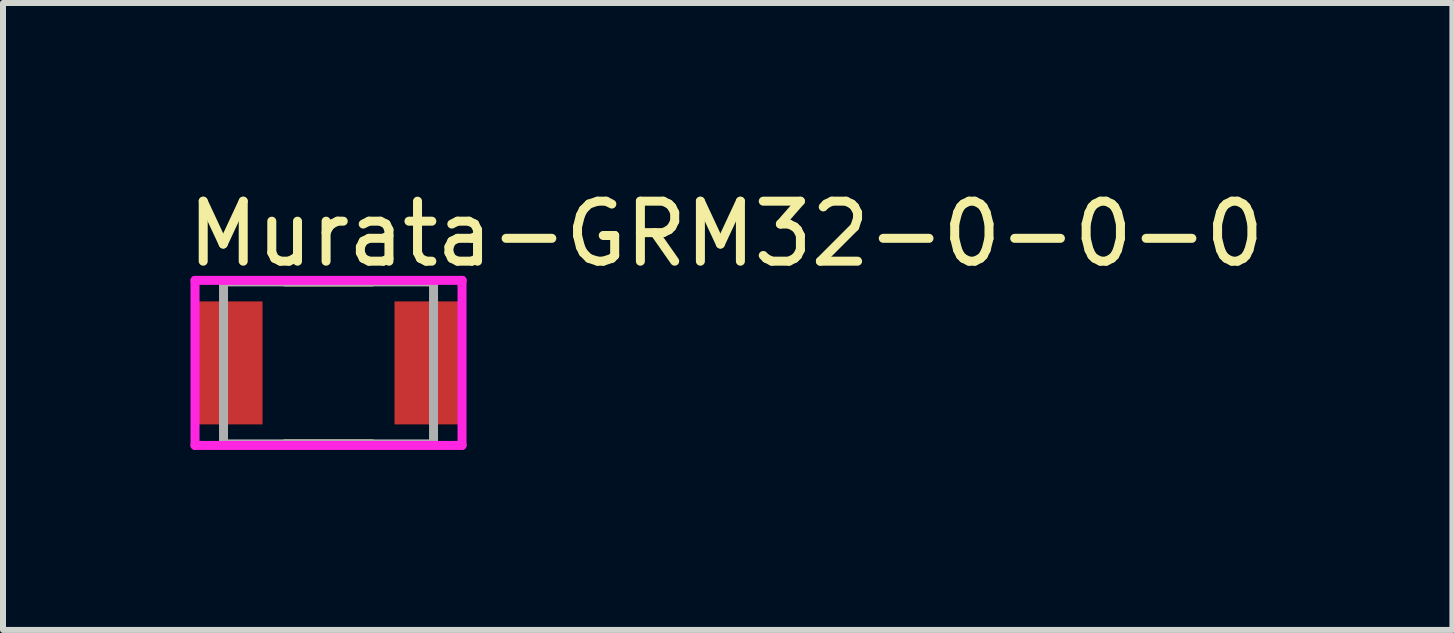
<source format=kicad_pcb>
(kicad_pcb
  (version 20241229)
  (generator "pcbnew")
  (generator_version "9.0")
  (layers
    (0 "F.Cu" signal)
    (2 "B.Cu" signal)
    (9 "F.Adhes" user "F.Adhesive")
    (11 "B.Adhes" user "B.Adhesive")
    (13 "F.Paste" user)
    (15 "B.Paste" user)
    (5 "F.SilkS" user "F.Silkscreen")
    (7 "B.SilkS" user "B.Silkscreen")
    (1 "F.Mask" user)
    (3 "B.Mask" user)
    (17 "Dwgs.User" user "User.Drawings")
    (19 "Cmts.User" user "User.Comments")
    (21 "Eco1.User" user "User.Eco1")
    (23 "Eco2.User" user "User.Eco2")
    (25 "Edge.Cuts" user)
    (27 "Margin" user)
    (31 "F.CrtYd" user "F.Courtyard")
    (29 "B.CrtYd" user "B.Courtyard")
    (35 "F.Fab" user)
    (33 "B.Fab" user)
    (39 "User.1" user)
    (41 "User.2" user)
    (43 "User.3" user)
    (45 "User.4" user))
  (footprint "Murata-GRM32-0-0-0"
    (layer "F.Cu")
    (at 2.425 2.998)
    (property "Reference" "Murata-GRM32-0-0-0" (at -2.425 -2.15 0) (layer "F.SilkS") (effects (font (size 1 1) (thickness 0.15)) (justify left)))
    (attr through_hole)
    (fp_line (start -0.725 -1.35) (end 0.725 -1.35) (stroke (width 0.15) (type solid)) (layer "F.SilkS"))
    (fp_line (start -0.725 1.35) (end 0.725 1.35) (stroke (width 0.15) (type solid)) (layer "F.SilkS"))
    (fp_line (start -2.225 -1.375) (end -2.225 1.375) (stroke (width 0.15) (type solid)) (layer "F.CrtYd"))
    (fp_line (start -2.225 1.375) (end 2.225 1.375) (stroke (width 0.15) (type solid)) (layer "F.CrtYd"))
    (fp_line (start 2.225 -1.375) (end -2.225 -1.375) (stroke (width 0.15) (type solid)) (layer "F.CrtYd"))
    (fp_line (start 2.225 -1.375) (end 2.225 -1.375) (stroke (width 0.15) (type solid)) (layer "F.CrtYd"))
    (fp_line (start 2.225 1.375) (end 2.225 -1.375) (stroke (width 0.15) (type solid)) (layer "F.CrtYd"))
    (fp_line (start -1.75 -1.35) (end 1.75 -1.35) (stroke (width 0.15) (type solid)) (layer "F.Fab"))
    (fp_line (start -1.75 1.35) (end -1.75 -1.35) (stroke (width 0.15) (type solid)) (layer "F.Fab"))
    (fp_line (start 1.75 -1.35) (end 1.75 1.35) (stroke (width 0.15) (type solid)) (layer "F.Fab"))
    (fp_line (start 1.75 1.35) (end -1.75 1.35) (stroke (width 0.15) (type solid)) (layer "F.Fab"))
    (pad "1" smd rect (at -1.65 0.000001) (size 1.1 2.05) (layers "F.Cu" "F.Mask" "F.Paste"))
    (pad "2" smd rect (at 1.65 0.000001) (size 1.1 2.05) (layers "F.Cu" "F.Mask" "F.Paste")))
  (gr_rect
    (start -3 -3)
    (end 21.155 7.448)
    (stroke (width 0.1) (type default))
    (fill no)
    (layer "Edge.Cuts")))
</source>
